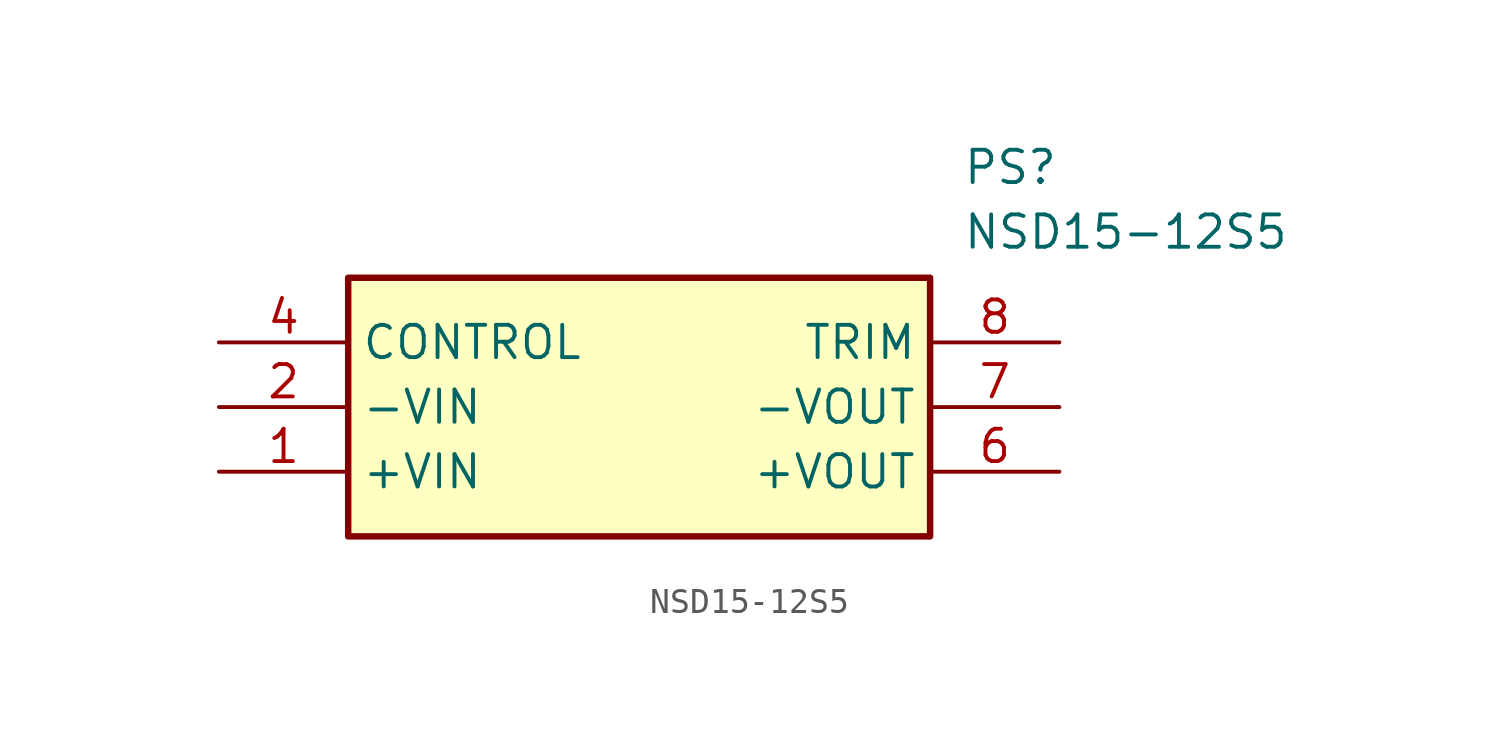
<source format=kicad_sym>
(kicad_symbol_lib
  (version 20211014)
  (generator SamacSys_ECAD_Model)
  (symbol "NSD15-12S5"
    (property "Reference" "PS"
      (at 29.21 7.62 0)
      (effects (font (size 1.27 1.27)) (justify left top)))
    (property "Value" "NSD15-12S5"
      (at 29.21 5.08 0)
      (effects (font (size 1.27 1.27)) (justify left top)))
    (rectangle
      (start 5.08 2.54)
      (end 27.94 -7.62)
      (stroke (width 0.254) (type default))
      (fill (type background)))
    (pin passive line
      (at 0 -5.08 0)
      (length 5.08)
      (name "+VIN" (effects (font (size 1.27 1.27))))
      (number "1" (effects (font (size 1.27 1.27)))))
    (pin passive line
      (at 0 -2.54 0)
      (length 5.08)
      (name "-VIN" (effects (font (size 1.27 1.27))))
      (number "2" (effects (font (size 1.27 1.27)))))
    (pin passive line
      (at 0 0 0)
      (length 5.08)
      (name "CONTROL" (effects (font (size 1.27 1.27))))
      (number "4" (effects (font (size 1.27 1.27)))))
    (pin passive line
      (at 33.02 -5.08 180)
      (length 5.08)
      (name "+VOUT" (effects (font (size 1.27 1.27))))
      (number "6" (effects (font (size 1.27 1.27)))))
    (pin passive line
      (at 33.02 -2.54 180)
      (length 5.08)
      (name "-VOUT" (effects (font (size 1.27 1.27))))
      (number "7" (effects (font (size 1.27 1.27)))))
    (pin passive line
      (at 33.02 0 180)
      (length 5.08)
      (name "TRIM" (effects (font (size 1.27 1.27))))
      (number "8" (effects (font (size 1.27 1.27)))))))
</source>
